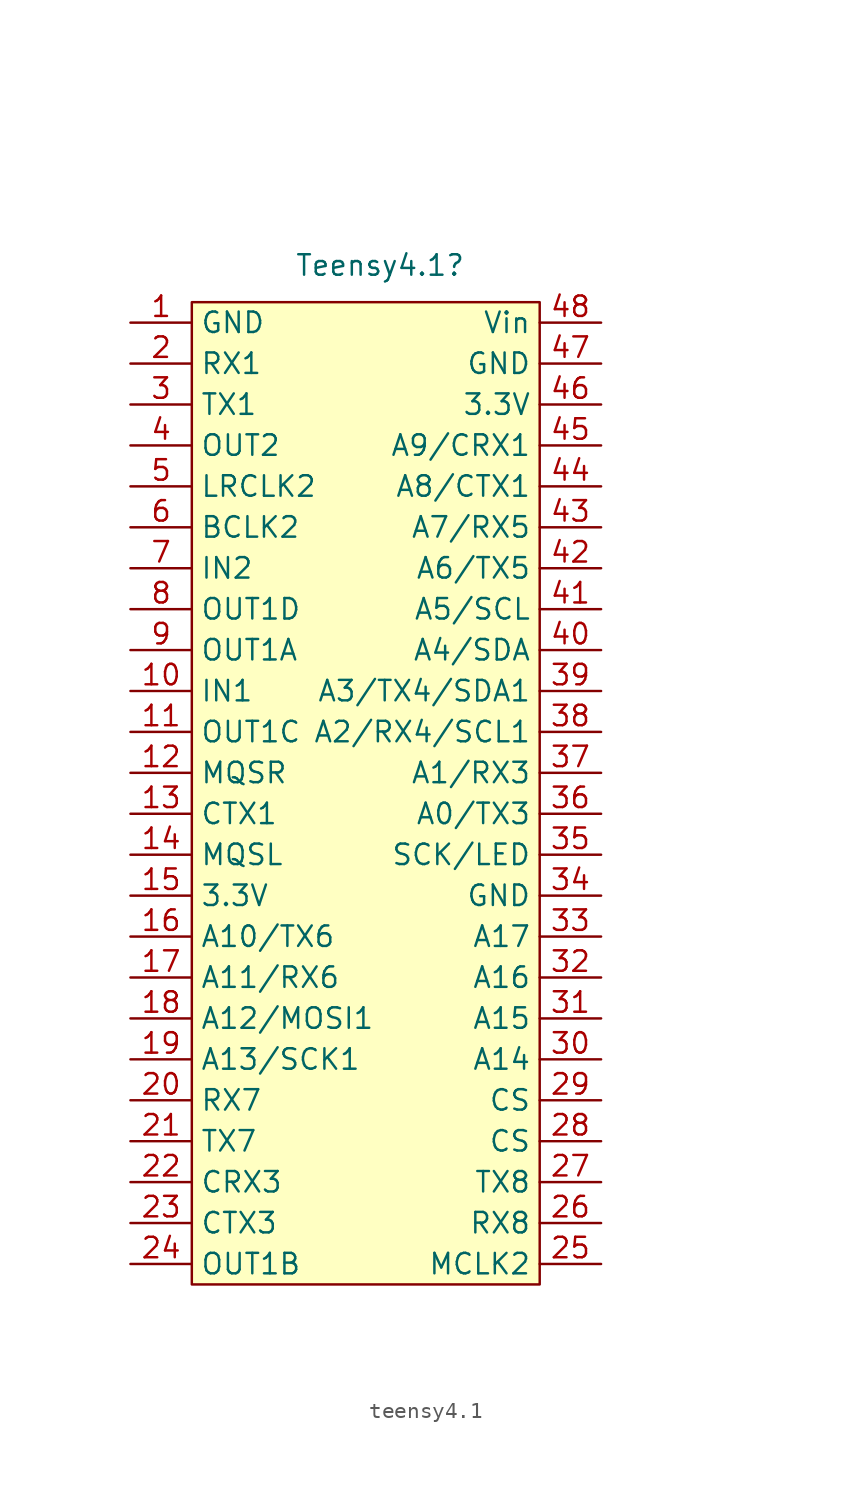
<source format=kicad_sym>
(kicad_symbol_lib
  (version 20231120)
  (generator "kicad_symbol_editor")
  (generator_version "8.0")
  (symbol "teensy4.1"
    (property "Reference" "Teensy4.1"
      (at 11.684 -0.254 0)
      (effects (font (size 1.27 1.27))))
    (property "Value" ""
      (at 33.02 5.08 0)
      (effects (font (size 1.27 1.27))))
    (symbol "teensy4.1_0_1"
      (rectangle (start 0 -2.54) (end 21.59 -63.5) (stroke (width 0) (type default)) (fill (type background))))
    (symbol "teensy4.1_1_1"
      (pin bidirectional line (at -3.81 -3.81 0) (length 3.81) (name "GND" (effects (font (size 1.27 1.27)))) (number "1" (effects (font (size 1.27 1.27)))))
      (pin bidirectional line (at -3.81 -26.67 0) (length 3.81) (name "IN1" (effects (font (size 1.27 1.27)))) (number "10" (effects (font (size 1.27 1.27)))))
      (pin bidirectional line (at -3.81 -29.21 0) (length 3.81) (name "OUT1C" (effects (font (size 1.27 1.27)))) (number "11" (effects (font (size 1.27 1.27)))))
      (pin bidirectional line (at -3.81 -31.75 0) (length 3.81) (name "MQSR" (effects (font (size 1.27 1.27)))) (number "12" (effects (font (size 1.27 1.27)))))
      (pin bidirectional line (at -3.81 -34.29 0) (length 3.81) (name "CTX1" (effects (font (size 1.27 1.27)))) (number "13" (effects (font (size 1.27 1.27)))))
      (pin bidirectional line (at -3.81 -36.83 0) (length 3.81) (name "MQSL" (effects (font (size 1.27 1.27)))) (number "14" (effects (font (size 1.27 1.27)))))
      (pin bidirectional line (at -3.81 -39.37 0) (length 3.81) (name "3.3V" (effects (font (size 1.27 1.27)))) (number "15" (effects (font (size 1.27 1.27)))))
      (pin bidirectional line (at -3.81 -41.91 0) (length 3.81) (name "A10/TX6" (effects (font (size 1.27 1.27)))) (number "16" (effects (font (size 1.27 1.27)))))
      (pin bidirectional line (at -3.81 -44.45 0) (length 3.81) (name "A11/RX6" (effects (font (size 1.27 1.27)))) (number "17" (effects (font (size 1.27 1.27)))))
      (pin bidirectional line (at -3.81 -46.99 0) (length 3.81) (name "A12/MOSI1" (effects (font (size 1.27 1.27)))) (number "18" (effects (font (size 1.27 1.27)))))
      (pin bidirectional line (at -3.81 -49.53 0) (length 3.81) (name "A13/SCK1" (effects (font (size 1.27 1.27)))) (number "19" (effects (font (size 1.27 1.27)))))
      (pin bidirectional line (at -3.81 -6.35 0) (length 3.81) (name "RX1" (effects (font (size 1.27 1.27)))) (number "2" (effects (font (size 1.27 1.27)))))
      (pin bidirectional line (at -3.81 -52.07 0) (length 3.81) (name "RX7" (effects (font (size 1.27 1.27)))) (number "20" (effects (font (size 1.27 1.27)))))
      (pin bidirectional line (at -3.81 -54.61 0) (length 3.81) (name "TX7" (effects (font (size 1.27 1.27)))) (number "21" (effects (font (size 1.27 1.27)))))
      (pin bidirectional line (at -3.81 -57.15 0) (length 3.81) (name "CRX3" (effects (font (size 1.27 1.27)))) (number "22" (effects (font (size 1.27 1.27)))))
      (pin bidirectional line (at -3.81 -59.69 0) (length 3.81) (name "CTX3" (effects (font (size 1.27 1.27)))) (number "23" (effects (font (size 1.27 1.27)))))
      (pin bidirectional line (at -3.81 -62.23 0) (length 3.81) (name "OUT1B" (effects (font (size 1.27 1.27)))) (number "24" (effects (font (size 1.27 1.27)))))
      (pin bidirectional line (at 25.4 -62.23 180) (length 3.81) (name "MCLK2" (effects (font (size 1.27 1.27)))) (number "25" (effects (font (size 1.27 1.27)))))
      (pin bidirectional line (at 25.4 -59.69 180) (length 3.81) (name "RX8" (effects (font (size 1.27 1.27)))) (number "26" (effects (font (size 1.27 1.27)))))
      (pin bidirectional line (at 25.4 -57.15 180) (length 3.81) (name "TX8" (effects (font (size 1.27 1.27)))) (number "27" (effects (font (size 1.27 1.27)))))
      (pin bidirectional line (at 25.4 -54.61 180) (length 3.81) (name "CS" (effects (font (size 1.27 1.27)))) (number "28" (effects (font (size 1.27 1.27)))))
      (pin bidirectional line (at 25.4 -52.07 180) (length 3.81) (name "CS" (effects (font (size 1.27 1.27)))) (number "29" (effects (font (size 1.27 1.27)))))
      (pin bidirectional line (at -3.81 -8.89 0) (length 3.81) (name "TX1" (effects (font (size 1.27 1.27)))) (number "3" (effects (font (size 1.27 1.27)))))
      (pin bidirectional line (at 25.4 -49.53 180) (length 3.81) (name "A14" (effects (font (size 1.27 1.27)))) (number "30" (effects (font (size 1.27 1.27)))))
      (pin bidirectional line (at 25.4 -46.99 180) (length 3.81) (name "A15" (effects (font (size 1.27 1.27)))) (number "31" (effects (font (size 1.27 1.27)))))
      (pin bidirectional line (at 25.4 -44.45 180) (length 3.81) (name "A16" (effects (font (size 1.27 1.27)))) (number "32" (effects (font (size 1.27 1.27)))))
      (pin bidirectional line (at 25.4 -41.91 180) (length 3.81) (name "A17" (effects (font (size 1.27 1.27)))) (number "33" (effects (font (size 1.27 1.27)))))
      (pin bidirectional line (at 25.4 -39.37 180) (length 3.81) (name "GND" (effects (font (size 1.27 1.27)))) (number "34" (effects (font (size 1.27 1.27)))))
      (pin bidirectional line (at 25.4 -36.83 180) (length 3.81) (name "SCK/LED" (effects (font (size 1.27 1.27)))) (number "35" (effects (font (size 1.27 1.27)))))
      (pin bidirectional line (at 25.4 -34.29 180) (length 3.81) (name "A0/TX3" (effects (font (size 1.27 1.27)))) (number "36" (effects (font (size 1.27 1.27)))))
      (pin bidirectional line (at 25.4 -31.75 180) (length 3.81) (name "A1/RX3" (effects (font (size 1.27 1.27)))) (number "37" (effects (font (size 1.27 1.27)))))
      (pin bidirectional line (at 25.4 -29.21 180) (length 3.81) (name "A2/RX4/SCL1" (effects (font (size 1.27 1.27)))) (number "38" (effects (font (size 1.27 1.27)))))
      (pin bidirectional line (at 25.4 -26.67 180) (length 3.81) (name "A3/TX4/SDA1" (effects (font (size 1.27 1.27)))) (number "39" (effects (font (size 1.27 1.27)))))
      (pin bidirectional line (at -3.81 -11.43 0) (length 3.81) (name "OUT2" (effects (font (size 1.27 1.27)))) (number "4" (effects (font (size 1.27 1.27)))))
      (pin bidirectional line (at 25.4 -24.13 180) (length 3.81) (name "A4/SDA" (effects (font (size 1.27 1.27)))) (number "40" (effects (font (size 1.27 1.27)))))
      (pin bidirectional line (at 25.4 -21.59 180) (length 3.81) (name "A5/SCL" (effects (font (size 1.27 1.27)))) (number "41" (effects (font (size 1.27 1.27)))))
      (pin bidirectional line (at 25.4 -19.05 180) (length 3.81) (name "A6/TX5" (effects (font (size 1.27 1.27)))) (number "42" (effects (font (size 1.27 1.27)))))
      (pin bidirectional line (at 25.4 -16.51 180) (length 3.81) (name "A7/RX5" (effects (font (size 1.27 1.27)))) (number "43" (effects (font (size 1.27 1.27)))))
      (pin bidirectional line (at 25.4 -13.97 180) (length 3.81) (name "A8/CTX1" (effects (font (size 1.27 1.27)))) (number "44" (effects (font (size 1.27 1.27)))))
      (pin bidirectional line (at 25.4 -11.43 180) (length 3.81) (name "A9/CRX1" (effects (font (size 1.27 1.27)))) (number "45" (effects (font (size 1.27 1.27)))))
      (pin bidirectional line (at 25.4 -8.89 180) (length 3.81) (name "3.3V" (effects (font (size 1.27 1.27)))) (number "46" (effects (font (size 1.27 1.27)))))
      (pin bidirectional line (at 25.4 -6.35 180) (length 3.81) (name "GND" (effects (font (size 1.27 1.27)))) (number "47" (effects (font (size 1.27 1.27)))))
      (pin bidirectional line (at 25.4 -3.81 180) (length 3.81) (name "Vin" (effects (font (size 1.27 1.27)))) (number "48" (effects (font (size 1.27 1.27)))))
      (pin bidirectional line (at -3.81 -13.97 0) (length 3.81) (name "LRCLK2" (effects (font (size 1.27 1.27)))) (number "5" (effects (font (size 1.27 1.27)))))
      (pin bidirectional line (at -3.81 -16.51 0) (length 3.81) (name "BCLK2" (effects (font (size 1.27 1.27)))) (number "6" (effects (font (size 1.27 1.27)))))
      (pin bidirectional line (at -3.81 -19.05 0) (length 3.81) (name "IN2" (effects (font (size 1.27 1.27)))) (number "7" (effects (font (size 1.27 1.27)))))
      (pin bidirectional line (at -3.81 -21.59 0) (length 3.81) (name "OUT1D" (effects (font (size 1.27 1.27)))) (number "8" (effects (font (size 1.27 1.27)))))
      (pin bidirectional line (at -3.81 -24.13 0) (length 3.81) (name "OUT1A" (effects (font (size 1.27 1.27)))) (number "9" (effects (font (size 1.27 1.27))))))))
</source>
